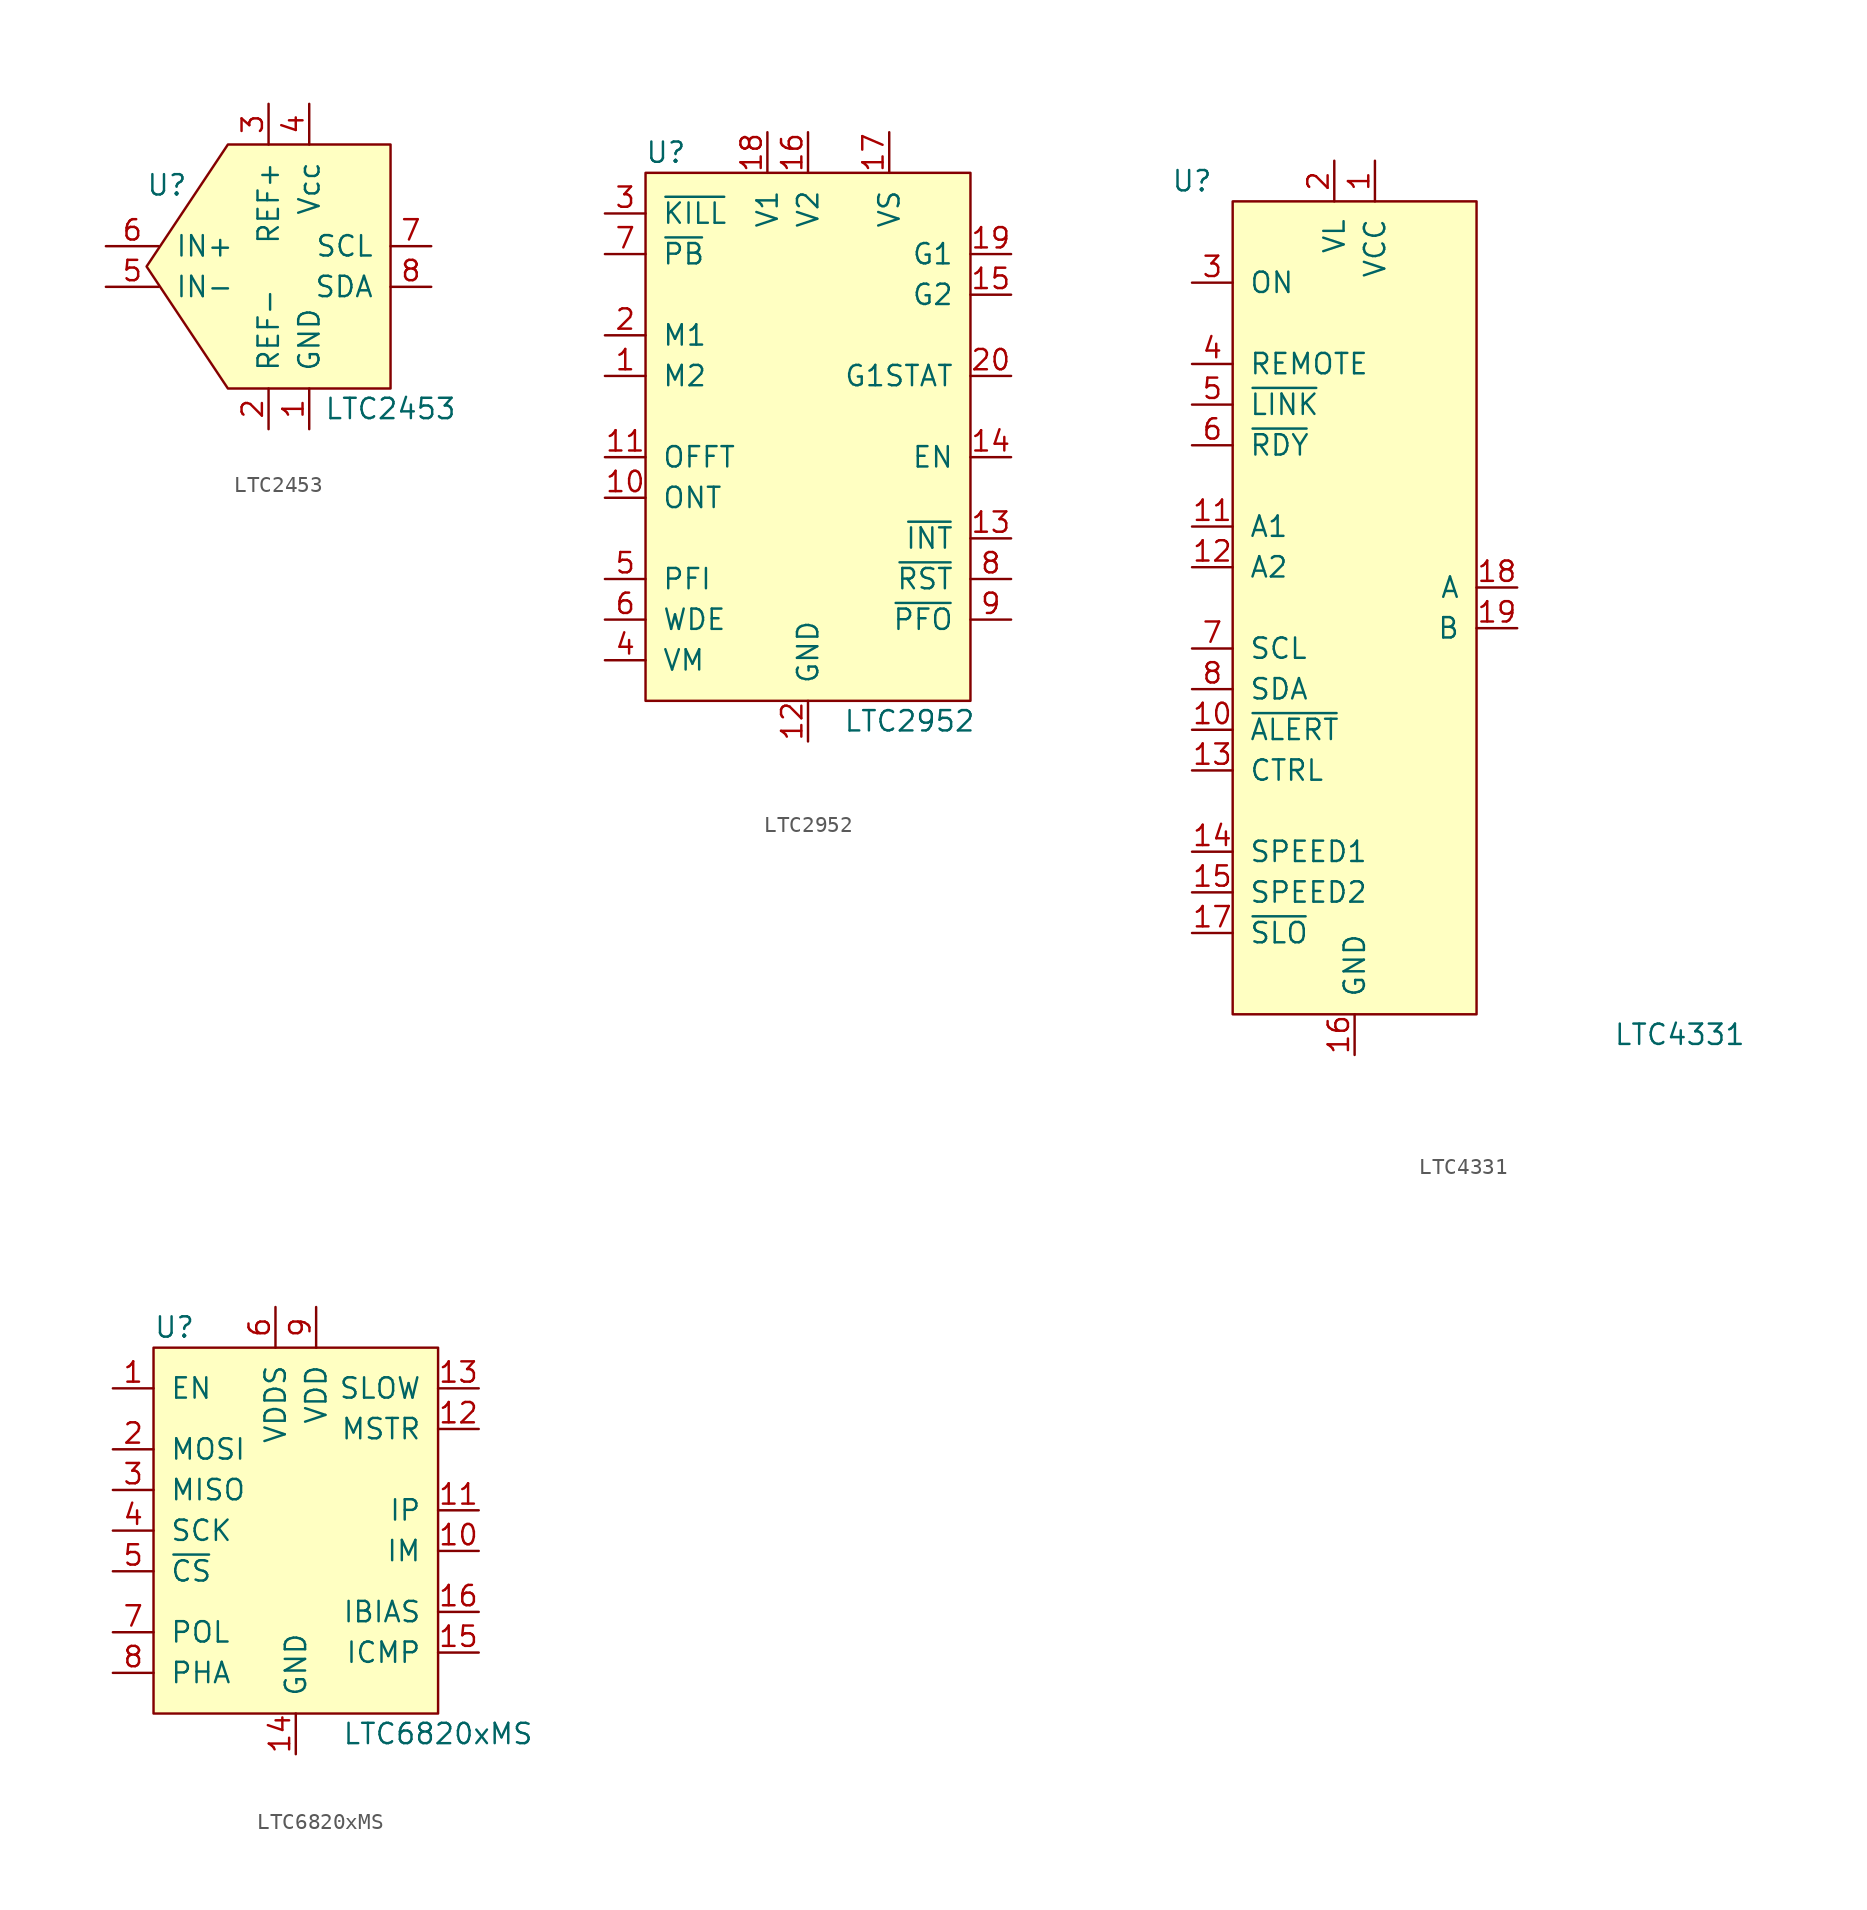
<source format=kicad_sym>
(kicad_symbol_lib
  (version 20211014)
  (generator kicad_symbol_editor)
  (symbol "LTC2453"
    (pin_names
      (offset 1.016))
    (property "Reference" "U"
      (at -6.35 5.08 0)
      (effects (font (size 1.27 1.27))))
    (property "Value" "LTC2453"
      (at 7.62 -8.89 0)
      (effects (font (size 1.27 1.27))))
    (symbol "LTC2453_0_1"
      (polyline (pts (xy -7.62 0) (xy -2.54 7.62) (xy 7.62 7.62) (xy 7.62 -7.62) (xy -2.54 -7.62) (xy -7.62 0)) (stroke (width 0) (type default) (color 0 0 0 0)) (fill (type background))))
    (symbol "LTC2453_1_1"
      (pin input line (at 2.54 -10.16 90) (length 2.54) (name "GND" (effects (font (size 1.27 1.27)))) (number "1" (effects (font (size 1.27 1.27)))))
      (pin input line (at 0 -10.16 90) (length 2.54) (name "REF-" (effects (font (size 1.27 1.27)))) (number "2" (effects (font (size 1.27 1.27)))))
      (pin input line (at 0 10.16 270) (length 2.54) (name "REF+" (effects (font (size 1.27 1.27)))) (number "3" (effects (font (size 1.27 1.27)))))
      (pin input line (at 2.54 10.16 270) (length 2.54) (name "Vcc" (effects (font (size 1.27 1.27)))) (number "4" (effects (font (size 1.27 1.27)))))
      (pin input line (at -10.16 -1.27 0) (length 3.302) (name "IN-" (effects (font (size 1.27 1.27)))) (number "5" (effects (font (size 1.27 1.27)))))
      (pin input line (at -10.16 1.27 0) (length 3.302) (name "IN+" (effects (font (size 1.27 1.27)))) (number "6" (effects (font (size 1.27 1.27)))))
      (pin input line (at 10.16 1.27 180) (length 2.54) (name "SCL" (effects (font (size 1.27 1.27)))) (number "7" (effects (font (size 1.27 1.27)))))
      (pin input line (at 10.16 -1.27 180) (length 2.54) (name "SDA" (effects (font (size 1.27 1.27)))) (number "8" (effects (font (size 1.27 1.27)))))))
  (symbol "LTC2952"
    (pin_names
      (offset 1.016))
    (property "Reference" "U"
      (at -8.89 17.78 0)
      (effects (font (size 1.27 1.27))))
    (property "Value" "LTC2952"
      (at 6.35 -17.78 0)
      (effects (font (size 1.27 1.27))))
    (symbol "LTC2952_0_1"
      (rectangle (start -10.16 -16.51) (end 10.16 16.51) (stroke (width 0) (type default) (color 0 0 0 0)) (fill (type background))))
    (symbol "LTC2952_1_1"
      (pin input line (at -12.7 3.81 0) (length 2.54) (name "M2" (effects (font (size 1.27 1.27)))) (number "1" (effects (font (size 1.27 1.27)))))
      (pin input line (at -12.7 -3.81 0) (length 2.54) (name "ONT" (effects (font (size 1.27 1.27)))) (number "10" (effects (font (size 1.27 1.27)))))
      (pin input line (at -12.7 -1.27 0) (length 2.54) (name "OFFT" (effects (font (size 1.27 1.27)))) (number "11" (effects (font (size 1.27 1.27)))))
      (pin power_in line (at 0 -19.05 90) (length 2.54) (name "GND" (effects (font (size 1.27 1.27)))) (number "12" (effects (font (size 1.27 1.27)))))
      (pin output line (at 12.7 -6.35 180) (length 2.54) (name "~{INT}" (effects (font (size 1.27 1.27)))) (number "13" (effects (font (size 1.27 1.27)))))
      (pin output line (at 12.7 -1.27 180) (length 2.54) (name "EN" (effects (font (size 1.27 1.27)))) (number "14" (effects (font (size 1.27 1.27)))))
      (pin output line (at 12.7 8.89 180) (length 2.54) (name "G2" (effects (font (size 1.27 1.27)))) (number "15" (effects (font (size 1.27 1.27)))))
      (pin power_in line (at 0 19.05 270) (length 2.54) (name "V2" (effects (font (size 1.27 1.27)))) (number "16" (effects (font (size 1.27 1.27)))))
      (pin power_in line (at 5.08 19.05 270) (length 2.54) (name "VS" (effects (font (size 1.27 1.27)))) (number "17" (effects (font (size 1.27 1.27)))))
      (pin power_in line (at -2.54 19.05 270) (length 2.54) (name "V1" (effects (font (size 1.27 1.27)))) (number "18" (effects (font (size 1.27 1.27)))))
      (pin output line (at 12.7 11.43 180) (length 2.54) (name "G1" (effects (font (size 1.27 1.27)))) (number "19" (effects (font (size 1.27 1.27)))))
      (pin input line (at -12.7 6.35 0) (length 2.54) (name "M1" (effects (font (size 1.27 1.27)))) (number "2" (effects (font (size 1.27 1.27)))))
      (pin output line (at 12.7 3.81 180) (length 2.54) (name "G1STAT" (effects (font (size 1.27 1.27)))) (number "20" (effects (font (size 1.27 1.27)))))
      (pin input line (at -12.7 13.97 0) (length 2.54) (name "~{KILL}" (effects (font (size 1.27 1.27)))) (number "3" (effects (font (size 1.27 1.27)))))
      (pin input line (at -12.7 -13.97 0) (length 2.54) (name "VM" (effects (font (size 1.27 1.27)))) (number "4" (effects (font (size 1.27 1.27)))))
      (pin input line (at -12.7 -8.89 0) (length 2.54) (name "PFI" (effects (font (size 1.27 1.27)))) (number "5" (effects (font (size 1.27 1.27)))))
      (pin input line (at -12.7 -11.43 0) (length 2.54) (name "WDE" (effects (font (size 1.27 1.27)))) (number "6" (effects (font (size 1.27 1.27)))))
      (pin input line (at -12.7 11.43 0) (length 2.54) (name "~{PB}" (effects (font (size 1.27 1.27)))) (number "7" (effects (font (size 1.27 1.27)))))
      (pin output line (at 12.7 -8.89 180) (length 2.54) (name "~{RST}" (effects (font (size 1.27 1.27)))) (number "8" (effects (font (size 1.27 1.27)))))
      (pin output line (at 12.7 -11.43 180) (length 2.54) (name "~{PFO}" (effects (font (size 1.27 1.27)))) (number "9" (effects (font (size 1.27 1.27)))))))
  (symbol "LTC4331"
    (pin_names
      (offset 1.016))
    (property "Reference" "U"
      (at -10.16 26.67 0)
      (effects (font (size 1.27 1.27))))
    (property "Value" "LTC4331"
      (at 20.32 -26.67 0)
      (effects (font (size 1.27 1.27))))
    (symbol "LTC4331_0_1"
      (rectangle (start -7.62 25.4) (end 7.62 -25.4) (stroke (width 0) (type default) (color 0 0 0 0)) (fill (type background))))
    (symbol "LTC4331_1_1"
      (pin power_in line (at 1.27 27.94 270) (length 2.54) (name "VCC" (effects (font (size 1.27 1.27)))) (number "1" (effects (font (size 1.27 1.27)))))
      (pin bidirectional line (at -10.16 -7.62 0) (length 2.54) (name "~{ALERT}" (effects (font (size 1.27 1.27)))) (number "10" (effects (font (size 1.27 1.27)))))
      (pin input line (at -10.16 5.08 0) (length 2.54) (name "A1" (effects (font (size 1.27 1.27)))) (number "11" (effects (font (size 1.27 1.27)))))
      (pin input line (at -10.16 2.54 0) (length 2.54) (name "A2" (effects (font (size 1.27 1.27)))) (number "12" (effects (font (size 1.27 1.27)))))
      (pin bidirectional line (at -10.16 -10.16 0) (length 2.54) (name "CTRL" (effects (font (size 1.27 1.27)))) (number "13" (effects (font (size 1.27 1.27)))))
      (pin input line (at -10.16 -15.24 0) (length 2.54) (name "SPEED1" (effects (font (size 1.27 1.27)))) (number "14" (effects (font (size 1.27 1.27)))))
      (pin input line (at -10.16 -17.78 0) (length 2.54) (name "SPEED2" (effects (font (size 1.27 1.27)))) (number "15" (effects (font (size 1.27 1.27)))))
      (pin power_in line (at 0 -27.94 90) (length 2.54) (name "GND" (effects (font (size 1.27 1.27)))) (number "16" (effects (font (size 1.27 1.27)))))
      (pin input line (at -10.16 -20.32 0) (length 2.54) (name "~{SLO}" (effects (font (size 1.27 1.27)))) (number "17" (effects (font (size 1.27 1.27)))))
      (pin bidirectional line (at 10.16 1.27 180) (length 2.54) (name "A" (effects (font (size 1.27 1.27)))) (number "18" (effects (font (size 1.27 1.27)))))
      (pin bidirectional line (at 10.16 -1.27 180) (length 2.54) (name "B" (effects (font (size 1.27 1.27)))) (number "19" (effects (font (size 1.27 1.27)))))
      (pin power_in line (at -1.27 27.94 270) (length 2.54) (name "VL" (effects (font (size 1.27 1.27)))) (number "2" (effects (font (size 1.27 1.27)))))
      (pin no_connect line (at 10.16 -19.05 180) (length 2.54) hide (name "NC" (effects (font (size 1.27 1.27)))) (number "20" (effects (font (size 1.27 1.27)))))
      (pin passive line (at 0 -27.94 90) (length 2.54) hide (name "GND" (effects (font (size 1.27 1.27)))) (number "21" (effects (font (size 1.27 1.27)))))
      (pin input line (at -10.16 20.32 0) (length 2.54) (name "ON" (effects (font (size 1.27 1.27)))) (number "3" (effects (font (size 1.27 1.27)))))
      (pin input line (at -10.16 15.24 0) (length 2.54) (name "REMOTE" (effects (font (size 1.27 1.27)))) (number "4" (effects (font (size 1.27 1.27)))))
      (pin output line (at -10.16 12.7 0) (length 2.54) (name "~{LINK}" (effects (font (size 1.27 1.27)))) (number "5" (effects (font (size 1.27 1.27)))))
      (pin output line (at -10.16 10.16 0) (length 2.54) (name "~{RDY}" (effects (font (size 1.27 1.27)))) (number "6" (effects (font (size 1.27 1.27)))))
      (pin bidirectional line (at -10.16 -2.54 0) (length 2.54) (name "SCL" (effects (font (size 1.27 1.27)))) (number "7" (effects (font (size 1.27 1.27)))))
      (pin bidirectional line (at -10.16 -5.08 0) (length 2.54) (name "SDA" (effects (font (size 1.27 1.27)))) (number "8" (effects (font (size 1.27 1.27)))))
      (pin no_connect line (at 10.16 -16.51 180) (length 2.54) hide (name "NC" (effects (font (size 1.27 1.27)))) (number "9" (effects (font (size 1.27 1.27)))))))
  (symbol "LTC6820xMS"
    (pin_names
      (offset 1.016))
    (property "Reference" "U"
      (at -8.89 12.7 0)
      (effects (font (size 1.27 1.27)) (justify left)))
    (property "Value" "LTC6820xMS"
      (at 8.89 -12.7 0)
      (effects (font (size 1.27 1.27))))
    (symbol "LTC6820xMS_0_1"
      (rectangle (start -8.89 11.43) (end 8.89 -11.43) (stroke (width 0) (type default) (color 0 0 0 0)) (fill (type background))))
    (symbol "LTC6820xMS_1_1"
      (pin input line (at -11.43 8.89 0) (length 2.54) (name "EN" (effects (font (size 1.27 1.27)))) (number "1" (effects (font (size 1.27 1.27)))))
      (pin bidirectional line (at 11.43 -1.27 180) (length 2.54) (name "IM" (effects (font (size 1.27 1.27)))) (number "10" (effects (font (size 1.27 1.27)))))
      (pin bidirectional line (at 11.43 1.27 180) (length 2.54) (name "IP" (effects (font (size 1.27 1.27)))) (number "11" (effects (font (size 1.27 1.27)))))
      (pin input line (at 11.43 6.35 180) (length 2.54) (name "MSTR" (effects (font (size 1.27 1.27)))) (number "12" (effects (font (size 1.27 1.27)))))
      (pin input line (at 11.43 8.89 180) (length 2.54) (name "SLOW" (effects (font (size 1.27 1.27)))) (number "13" (effects (font (size 1.27 1.27)))))
      (pin power_in line (at 0 -13.97 90) (length 2.54) (name "GND" (effects (font (size 1.27 1.27)))) (number "14" (effects (font (size 1.27 1.27)))))
      (pin input line (at 11.43 -7.62 180) (length 2.54) (name "ICMP" (effects (font (size 1.27 1.27)))) (number "15" (effects (font (size 1.27 1.27)))))
      (pin input line (at 11.43 -5.08 180) (length 2.54) (name "IBIAS" (effects (font (size 1.27 1.27)))) (number "16" (effects (font (size 1.27 1.27)))))
      (pin input line (at -11.43 5.08 0) (length 2.54) (name "MOSI" (effects (font (size 1.27 1.27)))) (number "2" (effects (font (size 1.27 1.27)))))
      (pin output line (at -11.43 2.54 0) (length 2.54) (name "MISO" (effects (font (size 1.27 1.27)))) (number "3" (effects (font (size 1.27 1.27)))))
      (pin input line (at -11.43 0 0) (length 2.54) (name "SCK" (effects (font (size 1.27 1.27)))) (number "4" (effects (font (size 1.27 1.27)))))
      (pin input line (at -11.43 -2.54 0) (length 2.54) (name "~{CS}" (effects (font (size 1.27 1.27)))) (number "5" (effects (font (size 1.27 1.27)))))
      (pin power_in line (at -1.27 13.97 270) (length 2.54) (name "VDDS" (effects (font (size 1.27 1.27)))) (number "6" (effects (font (size 1.27 1.27)))))
      (pin input line (at -11.43 -6.35 0) (length 2.54) (name "POL" (effects (font (size 1.27 1.27)))) (number "7" (effects (font (size 1.27 1.27)))))
      (pin input line (at -11.43 -8.89 0) (length 2.54) (name "PHA" (effects (font (size 1.27 1.27)))) (number "8" (effects (font (size 1.27 1.27)))))
      (pin power_in line (at 1.27 13.97 270) (length 2.54) (name "VDD" (effects (font (size 1.27 1.27)))) (number "9" (effects (font (size 1.27 1.27))))))))
</source>
